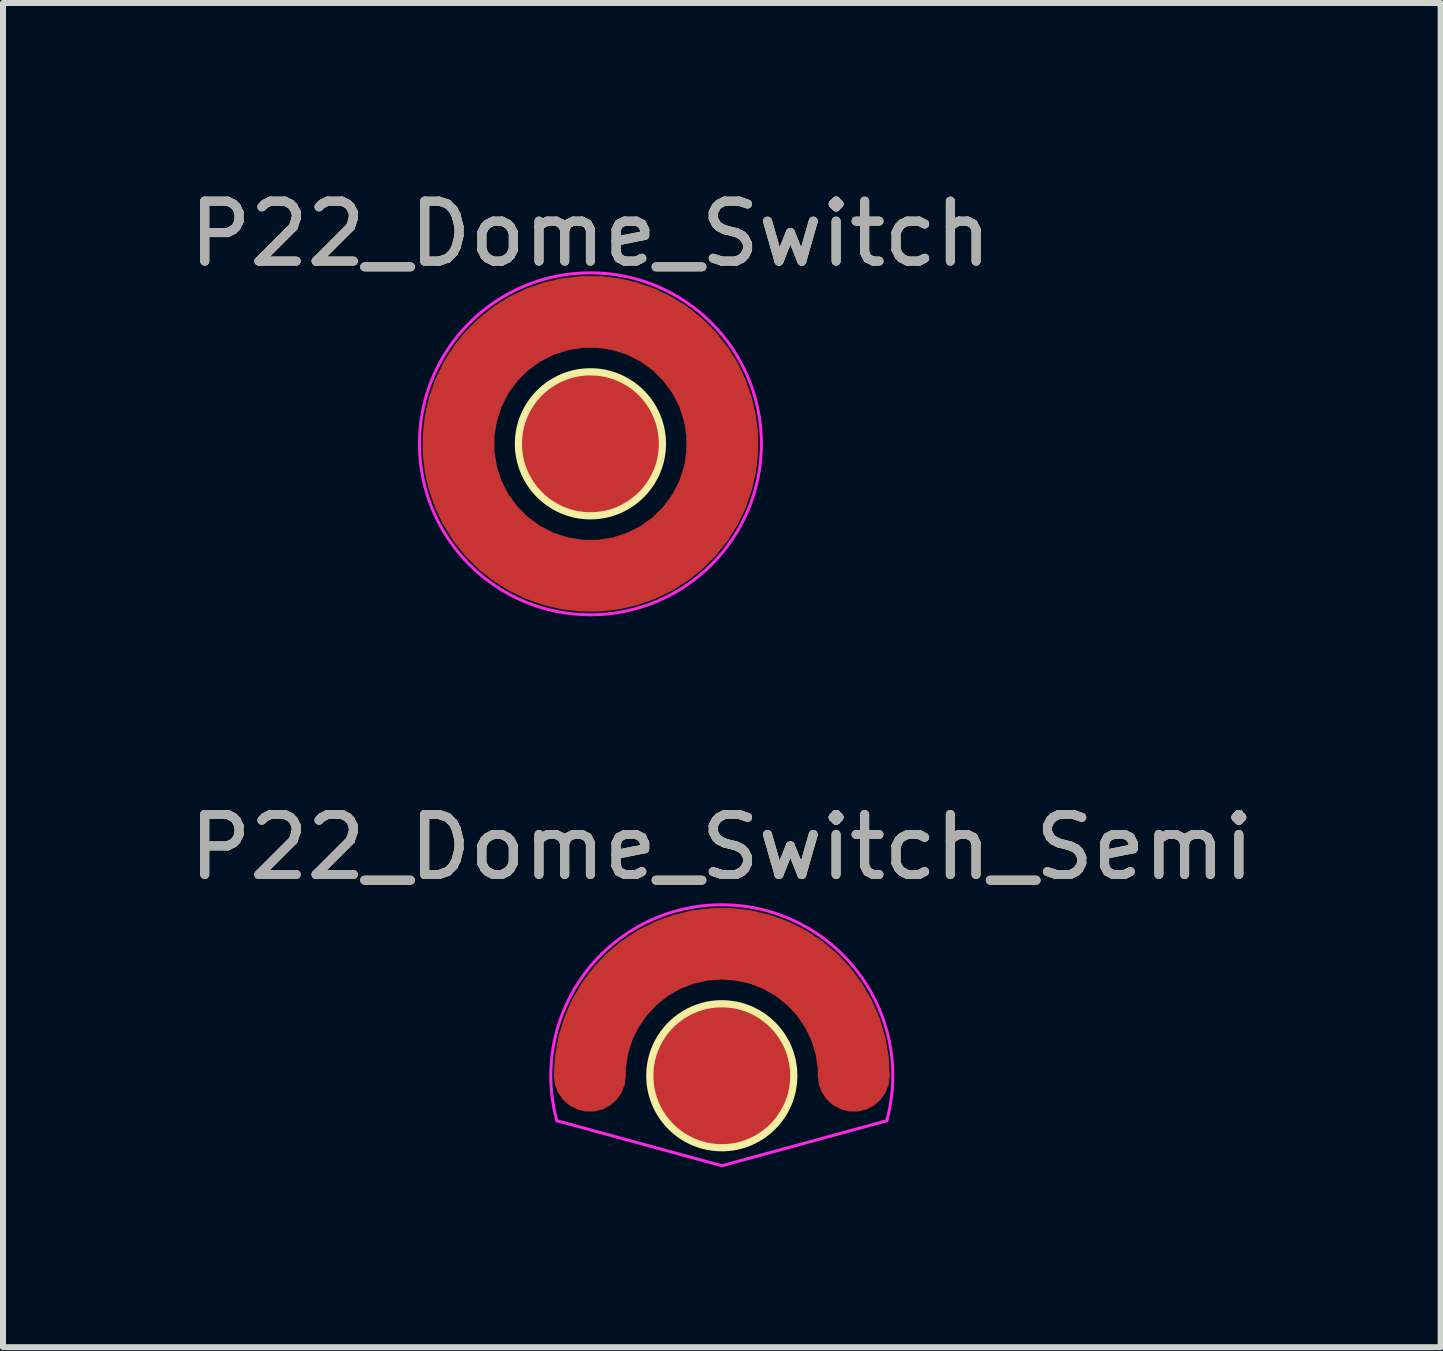
<source format=kicad_pcb>
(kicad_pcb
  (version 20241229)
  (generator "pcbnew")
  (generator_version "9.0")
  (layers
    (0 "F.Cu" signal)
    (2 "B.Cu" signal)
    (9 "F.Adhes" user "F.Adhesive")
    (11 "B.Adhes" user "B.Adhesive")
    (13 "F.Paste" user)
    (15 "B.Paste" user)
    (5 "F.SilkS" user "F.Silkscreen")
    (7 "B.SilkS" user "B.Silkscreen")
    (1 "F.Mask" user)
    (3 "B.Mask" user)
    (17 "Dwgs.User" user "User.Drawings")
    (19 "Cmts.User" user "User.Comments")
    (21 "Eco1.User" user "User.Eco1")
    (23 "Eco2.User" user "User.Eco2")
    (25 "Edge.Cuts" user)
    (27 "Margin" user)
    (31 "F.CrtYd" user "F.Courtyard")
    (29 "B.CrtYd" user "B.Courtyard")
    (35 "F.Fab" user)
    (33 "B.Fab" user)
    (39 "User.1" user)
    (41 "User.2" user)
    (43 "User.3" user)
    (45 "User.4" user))
  (footprint "P22_Dome_Switch"
    (layer "F.Cu")
    (at 6.792 4.348)
    (property "Reference" "P22_Dome_Switch" (at 0 -3.5 0) (layer "F.SilkS") (effects (font (size 1 1) (thickness 0.15))))
    (attr exclude_from_pos_files exclude_from_bom)
    (fp_circle (center 0 0) (end 2.2 0) (stroke (width 1.2) (type solid)) (fill no) (layer "F.Mask"))
    (fp_circle (center 0 0) (end 1.2 0) (stroke (width 0.12) (type solid)) (fill no) (layer "F.SilkS"))
    (fp_circle (center 0 0) (end 2.85 0) (stroke (width 0.05) (type solid)) (fill no) (layer "F.CrtYd"))
    (fp_text user "${REFERENCE}" (at 0 -3.5 0) (layer "F.Fab") (effects (font (size 1 1) (thickness 0.15))))
    (pad "1" smd circle (at 0 0) (size 2.3 2.3) (layers "F.Cu" "F.Mask"))
    (pad "2" smd custom (at 0 2.2) (size 1 1) (layers "F.Cu" "F.Mask") (options (anchor circle)) (primitives (gr_circle (center 0 -2.2) (end 2.2 -2.2) (width 1.2) (fill no)))))
  (footprint "P22_Dome_Switch_Semi"
    (layer "F.Cu")
    (at 8.982 14.882)
    (property "Reference" "P22_Dome_Switch_Semi" (at 0 -3.81 0) (layer "F.SilkS") (effects (font (size 1 1) (thickness 0.15))))
    (attr exclude_from_pos_files exclude_from_bom)
    (fp_circle (center 0 0) (end 1.2 0) (stroke (width 0.12) (type solid)) (fill no) (layer "F.SilkS"))
    (fp_line (start -2.75 0.75) (end 0 1.5) (stroke (width 0.05) (type solid)) (layer "F.CrtYd"))
    (fp_line (start 0 1.5) (end 2.75 0.75) (stroke (width 0.05) (type solid)) (layer "F.CrtYd"))
    (fp_arc (start -2.749999 0.75) (mid 0 -2.850438) (end 2.749999 0.75) (stroke (width 0.05) (type solid)) (layer "F.CrtYd"))
    (fp_text user "${REFERENCE}" (at 0 -3.81 0) (layer "F.Fab") (effects (font (size 1 1) (thickness 0.15))))
    (pad "1" smd circle (at 0 0) (size 2.3 2.3) (layers "F.Cu" "F.Mask"))
    (pad "2" smd custom (at 0 -2.2) (size 1 1) (layers "F.Cu" "F.Mask") (options (anchor circle)) (primitives (gr_arc (start -2.2 2.2) (mid 0 0) (end 2.2 2.2) (width 1.2)))))
  (gr_rect
    (start -3 -3)
    (end 20.964 19.407)
    (stroke (width 0.1) (type default))
    (fill no)
    (layer "Edge.Cuts")))
</source>
